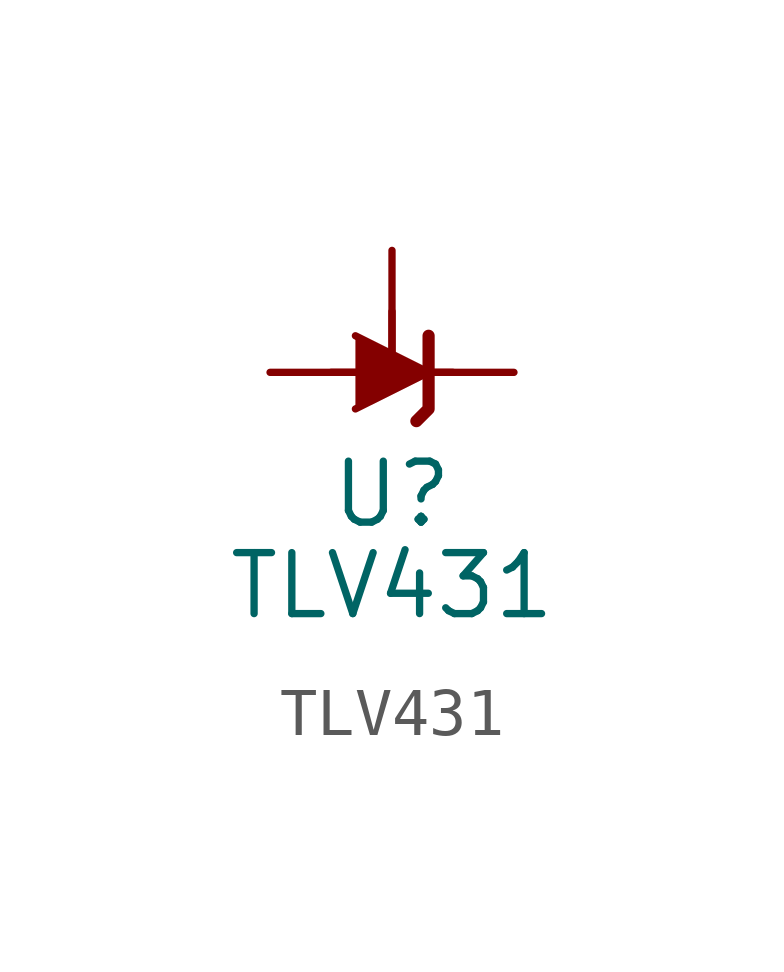
<source format=kicad_sym>
(kicad_symbol_lib
  (version 20220914)
  (generator kicad_symbol_editor)
  (symbol "TLV431"
    (pin_numbers hide)
    (pin_names hide)
    (property "Reference" "U"
      (at 0 -2.54 0)
      (effects (font (size 1.27 1.27))))
    (property "Value" "TLV431"
      (at 0 -4.445 0)
      (effects (font (size 1.27 1.27))))
    (symbol "TLV431_0_1"
      (polyline (pts (xy -1.27 0) (xy 0 0) (xy 1.27 0)) (stroke (width 0) (type default)) (fill (type none)))
      (polyline (pts (xy -0.762 0.762) (xy 0.762 0) (xy -0.762 -0.762)) (stroke (width 0) (type default)) (fill (type outline)))
      (polyline (pts (xy 0.508 -1.016) (xy 0.762 -0.762) (xy 0.762 0.762) (xy 0.762 0.762)) (stroke (width 0.254) (type default)) (fill (type none))))
    (symbol "TLV431_1_1"
      (polyline (pts (xy 0 1.27) (xy 0 0)) (stroke (width 0) (type default)) (fill (type none)))
      (pin passive line (at 0 2.54 270) (length 2.54) (name "REF" (effects (font (size 1.27 1.27)))) (number "1" (effects (font (size 1.27 1.27)))))
      (pin passive line (at 2.54 0 180) (length 2.54) (name "K" (effects (font (size 1.27 1.27)))) (number "2" (effects (font (size 1.27 1.27)))))
      (pin passive line (at -2.54 0 0) (length 2.54) (name "A" (effects (font (size 1.27 1.27)))) (number "3" (effects (font (size 1.27 1.27)))))
      (pin passive line (at -2.54 0 0) (length 2.54) hide (name "A" (effects (font (size 1.27 1.27)))) (number "3" (effects (font (size 1.27 1.27)))))
      (pin passive line (at -2.54 0 0) (length 2.54) hide (name "A" (effects (font (size 1.27 1.27)))) (number "6" (effects (font (size 1.27 1.27)))))
      (pin passive line (at -2.54 0 0) (length 2.54) hide (name "A" (effects (font (size 1.27 1.27)))) (number "7" (effects (font (size 1.27 1.27))))))))
</source>
